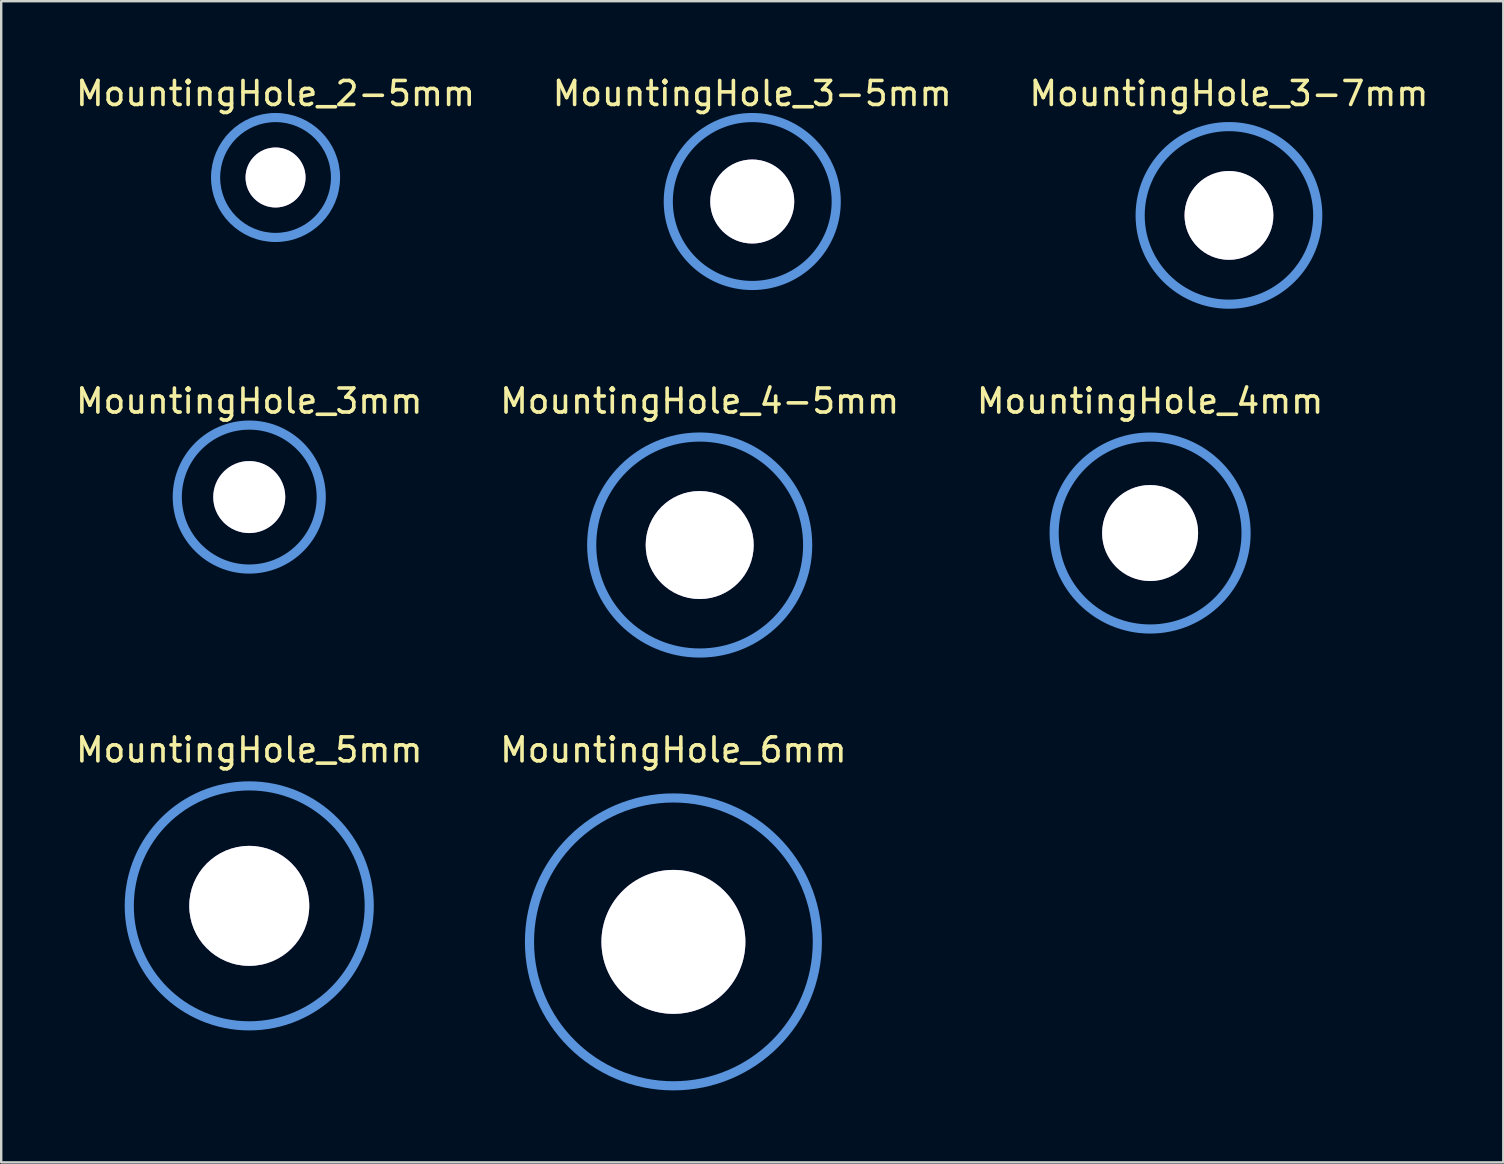
<source format=kicad_pcb>
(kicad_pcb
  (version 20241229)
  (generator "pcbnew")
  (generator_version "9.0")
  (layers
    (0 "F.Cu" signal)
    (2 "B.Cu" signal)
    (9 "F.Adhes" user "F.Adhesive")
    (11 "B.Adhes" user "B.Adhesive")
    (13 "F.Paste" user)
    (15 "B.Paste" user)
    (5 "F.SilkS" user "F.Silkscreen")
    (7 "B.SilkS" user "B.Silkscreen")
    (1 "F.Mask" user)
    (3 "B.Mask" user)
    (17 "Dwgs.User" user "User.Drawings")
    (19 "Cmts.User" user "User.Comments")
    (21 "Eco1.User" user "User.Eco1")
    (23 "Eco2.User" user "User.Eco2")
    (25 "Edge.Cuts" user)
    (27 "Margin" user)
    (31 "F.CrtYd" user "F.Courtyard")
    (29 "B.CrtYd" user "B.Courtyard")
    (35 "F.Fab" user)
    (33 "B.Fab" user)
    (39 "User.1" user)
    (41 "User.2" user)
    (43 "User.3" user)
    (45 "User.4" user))
  (footprint "MountingHole_5mm"
    (layer "F.Cu")
    (at 7.339 34.707)
    (property "Reference" "MountingHole_5mm" (at 0 -6.5 0) (layer "F.SilkS") (effects (font (size 1 1) (thickness 0.15))))
    (attr through_hole)
    (fp_circle (center 0 0) (end 5.001 0) (stroke (width 0.381) (type solid)) (fill no) (layer "Cmts.User"))
    (pad "" thru_hole circle (at 0 0) (size 5.001 5.001) (drill 5.001) (layers)))
  (footprint "MountingHole_3-5mm"
    (layer "F.Cu")
    (at 28.304 5.349)
    (property "Reference" "MountingHole_3-5mm" (at 0 -4.501 0) (layer "F.SilkS") (effects (font (size 1 1) (thickness 0.15))))
    (attr through_hole)
    (fp_circle (center 0 0) (end 3.5 0) (stroke (width 0.381) (type solid)) (fill no) (layer "Cmts.User"))
    (pad "" thru_hole circle (at 0 0) (size 3.5 3.5) (drill 3.5) (layers)))
  (footprint "MountingHole_3mm"
    (layer "F.Cu")
    (at 7.339 17.668)
    (property "Reference" "MountingHole_3mm" (at 0 -4 0) (layer "F.SilkS") (effects (font (size 1 1) (thickness 0.15))))
    (attr through_hole)
    (fp_circle (center 0 0) (end 3 0) (stroke (width 0.381) (type solid)) (fill no) (layer "Cmts.User"))
    (pad "" thru_hole circle (at 0 0) (size 3 3) (drill 3) (layers)))
  (footprint "MountingHole_2-5mm"
    (layer "F.Cu")
    (at 8.435 4.348)
    (property "Reference" "MountingHole_2-5mm" (at 0 -3.5 0) (layer "F.SilkS") (effects (font (size 1 1) (thickness 0.15))))
    (attr through_hole)
    (fp_circle (center 0 0) (end 2.499 0) (stroke (width 0.381) (type solid)) (fill no) (layer "Cmts.User"))
    (pad "" thru_hole circle (at 0 0) (size 2.499 2.499) (drill 2.499) (layers)))
  (footprint "MountingHole_4mm"
    (layer "F.Cu")
    (at 44.887 19.167)
    (property "Reference" "MountingHole_4mm" (at 0 -5.499 0) (layer "F.SilkS") (effects (font (size 1 1) (thickness 0.15))))
    (attr through_hole)
    (fp_circle (center 0 0) (end 4 0) (stroke (width 0.381) (type solid)) (fill no) (layer "Cmts.User"))
    (pad "" thru_hole circle (at 0 0) (size 4 4) (drill 4) (layers)))
  (footprint "MountingHole_3-7mm"
    (layer "F.Cu")
    (at 48.173 5.928)
    (property "Reference" "MountingHole_3-7mm" (at 0 -5.08 0) (layer "F.SilkS") (effects (font (size 1 1) (thickness 0.15))))
    (attr through_hole)
    (fp_circle (center 0 0) (end 3.701 0) (stroke (width 0.381) (type solid)) (fill no) (layer "Cmts.User"))
    (pad "" thru_hole circle (at 0 0) (size 3.701 3.701) (drill 3.701) (layers)))
  (footprint "MountingHole_6mm"
    (layer "F.Cu")
    (at 25.018 36.208)
    (property "Reference" "MountingHole_6mm" (at 0 -8.001 0) (layer "F.SilkS") (effects (font (size 1 1) (thickness 0.15))))
    (attr through_hole)
    (fp_circle (center 0 0) (end 5.999 0) (stroke (width 0.381) (type solid)) (fill no) (layer "Cmts.User"))
    (pad "" thru_hole circle (at 0 0) (size 5.999 5.999) (drill 5.999) (layers)))
  (footprint "MountingHole_4-5mm"
    (layer "F.Cu")
    (at 26.113 19.667)
    (property "Reference" "MountingHole_4-5mm" (at 0 -5.999 0) (layer "F.SilkS") (effects (font (size 1 1) (thickness 0.15))))
    (attr through_hole)
    (fp_circle (center 0 0) (end 4.501 0) (stroke (width 0.381) (type solid)) (fill no) (layer "Cmts.User"))
    (pad "" thru_hole circle (at 0 0) (size 4.501 4.501) (drill 4.501) (layers)))
  (gr_rect
    (start -3 -3)
    (end 59.607 45.398)
    (stroke (width 0.1) (type default))
    (fill no)
    (layer "Edge.Cuts")))
</source>
